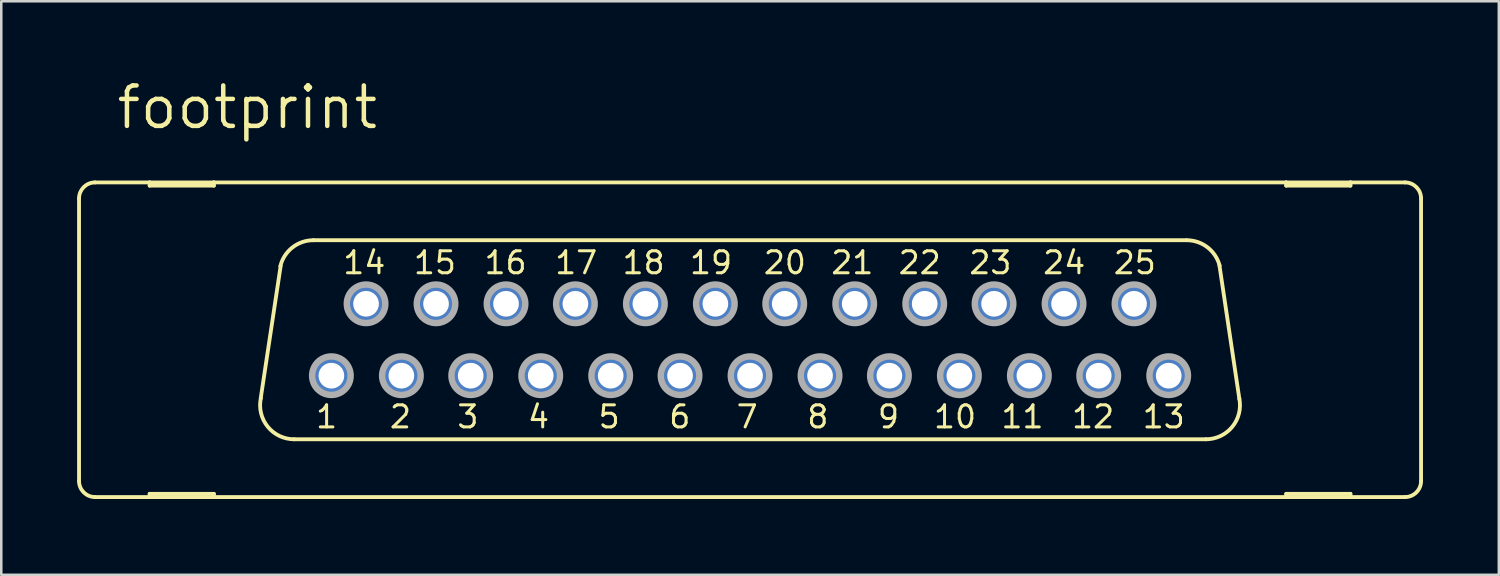
<source format=kicad_pcb>
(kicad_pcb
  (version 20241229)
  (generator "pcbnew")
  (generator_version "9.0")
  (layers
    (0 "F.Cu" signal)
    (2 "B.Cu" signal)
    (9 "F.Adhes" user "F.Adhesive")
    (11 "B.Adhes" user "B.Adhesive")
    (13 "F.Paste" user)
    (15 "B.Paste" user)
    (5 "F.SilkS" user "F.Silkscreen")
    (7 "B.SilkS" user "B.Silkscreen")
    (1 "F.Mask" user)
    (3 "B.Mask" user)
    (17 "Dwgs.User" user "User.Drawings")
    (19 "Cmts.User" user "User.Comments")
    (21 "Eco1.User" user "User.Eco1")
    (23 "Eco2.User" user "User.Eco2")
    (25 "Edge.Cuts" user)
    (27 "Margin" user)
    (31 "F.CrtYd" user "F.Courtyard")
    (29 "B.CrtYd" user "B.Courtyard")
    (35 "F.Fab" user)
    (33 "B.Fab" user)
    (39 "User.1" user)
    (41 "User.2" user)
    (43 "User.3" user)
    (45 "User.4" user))
  (footprint "footprint"
    (layer "F.Cu")
    (at 26.619 10.389)
    (property "Reference" "footprint" (at -25.146 -8.255 0) (layer "F.SilkS") (effects (font (size 1.6 1.6) (thickness 0.178)) (justify left bottom)))
    (fp_line (start -26.543 5.588) (end -26.543 -5.588) (stroke (width 0.152) (type solid)) (layer "F.SilkS"))
    (fp_line (start -25.908 6.223) (end -23.749 6.223) (stroke (width 0.152) (type solid)) (layer "F.SilkS"))
    (fp_line (start -23.749 -6.223) (end -25.908 -6.223) (stroke (width 0.152) (type solid)) (layer "F.SilkS"))
    (fp_line (start -23.749 -6.096) (end -23.749 -6.223) (stroke (width 0.152) (type solid)) (layer "F.SilkS"))
    (fp_line (start -23.749 6.096) (end -23.749 6.223) (stroke (width 0.152) (type solid)) (layer "F.SilkS"))
    (fp_line (start -23.749 6.223) (end -21.209 6.223) (stroke (width 0.152) (type solid)) (layer "F.SilkS"))
    (fp_line (start -21.209 -6.223) (end -23.749 -6.223) (stroke (width 0.152) (type solid)) (layer "F.SilkS"))
    (fp_line (start -21.209 -6.223) (end -21.209 -6.096) (stroke (width 0.152) (type solid)) (layer "F.SilkS"))
    (fp_line (start -21.209 -6.096) (end -23.749 -6.096) (stroke (width 0.152) (type solid)) (layer "F.SilkS"))
    (fp_line (start -21.209 6.096) (end -23.749 6.096) (stroke (width 0.152) (type solid)) (layer "F.SilkS"))
    (fp_line (start -21.209 6.223) (end -21.209 6.096) (stroke (width 0.152) (type solid)) (layer "F.SilkS"))
    (fp_line (start -21.209 6.223) (end 21.209 6.223) (stroke (width 0.152) (type solid)) (layer "F.SilkS"))
    (fp_line (start -19.355 2.311) (end -18.567 -2.921) (stroke (width 0.152) (type solid)) (layer "F.SilkS"))
    (fp_line (start 17.272 -3.937) (end -17.272 -3.937) (stroke (width 0.152) (type solid)) (layer "F.SilkS"))
    (fp_line (start 18.034 3.937) (end -18.034 3.937) (stroke (width 0.152) (type solid)) (layer "F.SilkS"))
    (fp_line (start 18.567 -2.946) (end 19.355 2.337) (stroke (width 0.152) (type solid)) (layer "F.SilkS"))
    (fp_line (start 21.209 -6.223) (end -21.209 -6.223) (stroke (width 0.152) (type solid)) (layer "F.SilkS"))
    (fp_line (start 21.209 -6.096) (end 21.209 -6.223) (stroke (width 0.152) (type solid)) (layer "F.SilkS"))
    (fp_line (start 21.209 6.096) (end 21.209 6.223) (stroke (width 0.152) (type solid)) (layer "F.SilkS"))
    (fp_line (start 21.209 6.223) (end 23.749 6.223) (stroke (width 0.152) (type solid)) (layer "F.SilkS"))
    (fp_line (start 23.749 -6.223) (end 21.209 -6.223) (stroke (width 0.152) (type solid)) (layer "F.SilkS"))
    (fp_line (start 23.749 -6.223) (end 23.749 -6.096) (stroke (width 0.152) (type solid)) (layer "F.SilkS"))
    (fp_line (start 23.749 -6.096) (end 21.209 -6.096) (stroke (width 0.152) (type solid)) (layer "F.SilkS"))
    (fp_line (start 23.749 6.096) (end 21.209 6.096) (stroke (width 0.152) (type solid)) (layer "F.SilkS"))
    (fp_line (start 23.749 6.223) (end 23.749 6.096) (stroke (width 0.152) (type solid)) (layer "F.SilkS"))
    (fp_line (start 23.749 6.223) (end 25.908 6.223) (stroke (width 0.152) (type solid)) (layer "F.SilkS"))
    (fp_line (start 25.908 -6.223) (end 23.749 -6.223) (stroke (width 0.152) (type solid)) (layer "F.SilkS"))
    (fp_line (start 26.543 5.588) (end 26.543 -5.588) (stroke (width 0.152) (type solid)) (layer "F.SilkS"))
    (fp_arc (start -26.543 -5.588) (mid -26.357013 -6.037013) (end -25.908 -6.223) (stroke (width 0.1524) (type solid)) (layer "F.SilkS"))
    (fp_arc (start -25.908 6.223) (mid -26.357013 6.037013) (end -26.543 5.588) (stroke (width 0.1524) (type solid)) (layer "F.SilkS"))
    (fp_arc (start -18.5807 -2.905) (mid -18.105255 -3.647874) (end -17.271999 -3.936999) (stroke (width 0.1524) (type solid)) (layer "F.SilkS"))
    (fp_arc (start -18.033998 3.937) (mid -19.082555 3.435185) (end -19.3495 2.3038) (stroke (width 0.1524) (type solid)) (layer "F.SilkS"))
    (fp_arc (start 17.272 -3.937) (mid 18.0955 -3.655745) (end 18.5749 -2.9295) (stroke (width 0.1524) (type solid)) (layer "F.SilkS"))
    (fp_arc (start 19.3541 2.3268) (mid 19.075082 3.444284) (end 18.034 3.937) (stroke (width 0.1524) (type solid)) (layer "F.SilkS"))
    (fp_arc (start 25.908 -6.223) (mid 26.357013 -6.037013) (end 26.543 -5.588) (stroke (width 0.1524) (type solid)) (layer "F.SilkS"))
    (fp_arc (start 26.543 5.588) (mid 26.357013 6.037013) (end 25.908 6.223) (stroke (width 0.1524) (type solid)) (layer "F.SilkS"))
    (fp_circle (center -16.561 1.422) (end -15.799 1.422) (stroke (width 0.254) (type solid)) (fill no) (layer "F.Fab"))
    (fp_circle (center -15.189 -1.422) (end -14.427 -1.422) (stroke (width 0.254) (type solid)) (fill no) (layer "F.Fab"))
    (fp_circle (center -13.792 1.422) (end -13.03 1.422) (stroke (width 0.254) (type solid)) (fill no) (layer "F.Fab"))
    (fp_circle (center -12.421 -1.422) (end -11.659 -1.422) (stroke (width 0.254) (type solid)) (fill no) (layer "F.Fab"))
    (fp_circle (center -11.049 1.422) (end -10.287 1.422) (stroke (width 0.254) (type solid)) (fill no) (layer "F.Fab"))
    (fp_circle (center -9.652 -1.422) (end -8.89 -1.422) (stroke (width 0.254) (type solid)) (fill no) (layer "F.Fab"))
    (fp_circle (center -8.28 1.422) (end -7.518 1.422) (stroke (width 0.254) (type solid)) (fill no) (layer "F.Fab"))
    (fp_circle (center -6.909 -1.422) (end -6.147 -1.422) (stroke (width 0.254) (type solid)) (fill no) (layer "F.Fab"))
    (fp_circle (center -5.512 1.422) (end -4.75 1.422) (stroke (width 0.254) (type solid)) (fill no) (layer "F.Fab"))
    (fp_circle (center -4.14 -1.422) (end -3.378 -1.422) (stroke (width 0.254) (type solid)) (fill no) (layer "F.Fab"))
    (fp_circle (center -2.769 1.422) (end -2.007 1.422) (stroke (width 0.254) (type solid)) (fill no) (layer "F.Fab"))
    (fp_circle (center -1.372 -1.422) (end -0.61 -1.422) (stroke (width 0.254) (type solid)) (fill no) (layer "F.Fab"))
    (fp_circle (center 0 1.422) (end 0.762 1.422) (stroke (width 0.254) (type solid)) (fill no) (layer "F.Fab"))
    (fp_circle (center 1.372 -1.422) (end 2.134 -1.422) (stroke (width 0.254) (type solid)) (fill no) (layer "F.Fab"))
    (fp_circle (center 2.769 1.422) (end 3.531 1.422) (stroke (width 0.254) (type solid)) (fill no) (layer "F.Fab"))
    (fp_circle (center 4.14 -1.422) (end 4.902 -1.422) (stroke (width 0.254) (type solid)) (fill no) (layer "F.Fab"))
    (fp_circle (center 5.512 1.422) (end 6.274 1.422) (stroke (width 0.254) (type solid)) (fill no) (layer "F.Fab"))
    (fp_circle (center 6.909 -1.422) (end 7.671 -1.422) (stroke (width 0.254) (type solid)) (fill no) (layer "F.Fab"))
    (fp_circle (center 8.28 1.422) (end 9.042 1.422) (stroke (width 0.254) (type solid)) (fill no) (layer "F.Fab"))
    (fp_circle (center 9.652 -1.422) (end 10.414 -1.422) (stroke (width 0.254) (type solid)) (fill no) (layer "F.Fab"))
    (fp_circle (center 11.049 1.422) (end 11.811 1.422) (stroke (width 0.254) (type solid)) (fill no) (layer "F.Fab"))
    (fp_circle (center 12.421 -1.422) (end 13.183 -1.422) (stroke (width 0.254) (type solid)) (fill no) (layer "F.Fab"))
    (fp_circle (center 13.792 1.422) (end 14.554 1.422) (stroke (width 0.254) (type solid)) (fill no) (layer "F.Fab"))
    (fp_circle (center 15.189 -1.422) (end 15.951 -1.422) (stroke (width 0.254) (type solid)) (fill no) (layer "F.Fab"))
    (fp_circle (center 16.561 1.422) (end 17.323 1.422) (stroke (width 0.254) (type solid)) (fill no) (layer "F.Fab"))
    (fp_text user "2" (at -13.335 2.54 0) (layer "F.SilkS") (effects (font (size 0.872 0.872) (thickness 0.119)) (justify right top)))
    (fp_text user "23" (at 10.414 -3.556 0) (layer "F.SilkS") (effects (font (size 0.872 0.872) (thickness 0.119)) (justify right top)))
    (fp_text user "16" (at -8.763 -3.556 0) (layer "F.SilkS") (effects (font (size 0.872 0.872) (thickness 0.119)) (justify right top)))
    (fp_text user "24" (at 13.335 -3.556 0) (layer "F.SilkS") (effects (font (size 0.872 0.872) (thickness 0.119)) (justify right top)))
    (fp_text user "21" (at 4.953 -3.556 0) (layer "F.SilkS") (effects (font (size 0.872 0.872) (thickness 0.119)) (justify right top)))
    (fp_text user "13" (at 17.272 2.54 0) (layer "F.SilkS") (effects (font (size 0.872 0.872) (thickness 0.119)) (justify right top)))
    (fp_text user "1" (at -16.256 2.54 0) (layer "F.SilkS") (effects (font (size 0.872 0.872) (thickness 0.119)) (justify right top)))
    (fp_text user "14" (at -14.351 -3.556 0) (layer "F.SilkS") (effects (font (size 0.872 0.872) (thickness 0.119)) (justify right top)))
    (fp_text user "19" (at -0.635 -3.556 0) (layer "F.SilkS") (effects (font (size 0.872 0.872) (thickness 0.119)) (justify right top)))
    (fp_text user "6" (at -2.286 2.54 0) (layer "F.SilkS") (effects (font (size 0.872 0.872) (thickness 0.119)) (justify right top)))
    (fp_text user "18" (at -3.302 -3.556 0) (layer "F.SilkS") (effects (font (size 0.872 0.872) (thickness 0.119)) (justify right top)))
    (fp_text user "11" (at 11.684 2.54 0) (layer "F.SilkS") (effects (font (size 0.872 0.872) (thickness 0.119)) (justify right top)))
    (fp_text user "10" (at 9.017 2.54 0) (layer "F.SilkS") (effects (font (size 0.872 0.872) (thickness 0.119)) (justify right top)))
    (fp_text user "5" (at -5.08 2.54 0) (layer "F.SilkS") (effects (font (size 0.872 0.872) (thickness 0.119)) (justify right top)))
    (fp_text user "8" (at 3.175 2.54 0) (layer "F.SilkS") (effects (font (size 0.872 0.872) (thickness 0.119)) (justify right top)))
    (fp_text user "4" (at -7.874 2.54 0) (layer "F.SilkS") (effects (font (size 0.872 0.872) (thickness 0.119)) (justify right top)))
    (fp_text user "22" (at 7.62 -3.556 0) (layer "F.SilkS") (effects (font (size 0.872 0.872) (thickness 0.119)) (justify right top)))
    (fp_text user "20" (at 2.286 -3.556 0) (layer "F.SilkS") (effects (font (size 0.872 0.872) (thickness 0.119)) (justify right top)))
    (fp_text user "3" (at -10.668 2.54 0) (layer "F.SilkS") (effects (font (size 0.872 0.872) (thickness 0.119)) (justify right top)))
    (fp_text user "12" (at 14.478 2.54 0) (layer "F.SilkS") (effects (font (size 0.872 0.872) (thickness 0.119)) (justify right top)))
    (fp_text user "15" (at -11.557 -3.556 0) (layer "F.SilkS") (effects (font (size 0.872 0.872) (thickness 0.119)) (justify right top)))
    (fp_text user "9" (at 5.969 2.54 0) (layer "F.SilkS") (effects (font (size 0.872 0.872) (thickness 0.119)) (justify right top)))
    (fp_text user "25" (at 16.129 -3.556 0) (layer "F.SilkS") (effects (font (size 0.872 0.872) (thickness 0.119)) (justify right top)))
    (fp_text user "17" (at -5.969 -3.556 0) (layer "F.SilkS") (effects (font (size 0.872 0.872) (thickness 0.119)) (justify right top)))
    (fp_text user "7" (at 0.381 2.54 0) (layer "F.SilkS") (effects (font (size 0.872 0.872) (thickness 0.119)) (justify right top)))
    (pad "1" thru_hole roundrect (at -16.561 1.422) (size 1.524 1.524) (drill 1.016) (layers "*.Cu" "*.Mask") (roundrect_rratio 0.25) (chamfer_ratio 0.25) (chamfer top_left top_right bottom_left bottom_right))
    (pad "2" thru_hole roundrect (at -13.792 1.422) (size 1.524 1.524) (drill 1.016) (layers "*.Cu" "*.Mask") (roundrect_rratio 0.25) (chamfer_ratio 0.25) (chamfer top_left top_right bottom_left bottom_right))
    (pad "3" thru_hole roundrect (at -11.049 1.422) (size 1.524 1.524) (drill 1.016) (layers "*.Cu" "*.Mask") (roundrect_rratio 0.25) (chamfer_ratio 0.25) (chamfer top_left top_right bottom_left bottom_right))
    (pad "4" thru_hole roundrect (at -8.28 1.422) (size 1.524 1.524) (drill 1.016) (layers "*.Cu" "*.Mask") (roundrect_rratio 0.25) (chamfer_ratio 0.25) (chamfer top_left top_right bottom_left bottom_right))
    (pad "5" thru_hole roundrect (at -5.512 1.422) (size 1.524 1.524) (drill 1.016) (layers "*.Cu" "*.Mask") (roundrect_rratio 0.25) (chamfer_ratio 0.25) (chamfer top_left top_right bottom_left bottom_right))
    (pad "6" thru_hole roundrect (at -2.769 1.422) (size 1.524 1.524) (drill 1.016) (layers "*.Cu" "*.Mask") (roundrect_rratio 0.25) (chamfer_ratio 0.25) (chamfer top_left top_right bottom_left bottom_right))
    (pad "7" thru_hole roundrect (at 0 1.422) (size 1.524 1.524) (drill 1.016) (layers "*.Cu" "*.Mask") (roundrect_rratio 0.25) (chamfer_ratio 0.25) (chamfer top_left top_right bottom_left bottom_right))
    (pad "8" thru_hole roundrect (at 2.769 1.422) (size 1.524 1.524) (drill 1.016) (layers "*.Cu" "*.Mask") (roundrect_rratio 0.25) (chamfer_ratio 0.25) (chamfer top_left top_right bottom_left bottom_right))
    (pad "9" thru_hole roundrect (at 5.512 1.422) (size 1.524 1.524) (drill 1.016) (layers "*.Cu" "*.Mask") (roundrect_rratio 0.25) (chamfer_ratio 0.25) (chamfer top_left top_right bottom_left bottom_right))
    (pad "10" thru_hole roundrect (at 8.28 1.422) (size 1.524 1.524) (drill 1.016) (layers "*.Cu" "*.Mask") (roundrect_rratio 0.25) (chamfer_ratio 0.25) (chamfer top_left top_right bottom_left bottom_right))
    (pad "11" thru_hole roundrect (at 11.049 1.422) (size 1.524 1.524) (drill 1.016) (layers "*.Cu" "*.Mask") (roundrect_rratio 0.25) (chamfer_ratio 0.25) (chamfer top_left top_right bottom_left bottom_right))
    (pad "12" thru_hole roundrect (at 13.792 1.422) (size 1.524 1.524) (drill 1.016) (layers "*.Cu" "*.Mask") (roundrect_rratio 0.25) (chamfer_ratio 0.25) (chamfer top_left top_right bottom_left bottom_right))
    (pad "13" thru_hole roundrect (at 16.561 1.422) (size 1.524 1.524) (drill 1.016) (layers "*.Cu" "*.Mask") (roundrect_rratio 0.25) (chamfer_ratio 0.25) (chamfer top_left top_right bottom_left bottom_right))
    (pad "14" thru_hole roundrect (at -15.189 -1.422) (size 1.524 1.524) (drill 1.016) (layers "*.Cu" "*.Mask") (roundrect_rratio 0.25) (chamfer_ratio 0.25) (chamfer top_left top_right bottom_left bottom_right))
    (pad "15" thru_hole roundrect (at -12.421 -1.422) (size 1.524 1.524) (drill 1.016) (layers "*.Cu" "*.Mask") (roundrect_rratio 0.25) (chamfer_ratio 0.25) (chamfer top_left top_right bottom_left bottom_right))
    (pad "16" thru_hole roundrect (at -9.652 -1.422) (size 1.524 1.524) (drill 1.016) (layers "*.Cu" "*.Mask") (roundrect_rratio 0.25) (chamfer_ratio 0.25) (chamfer top_left top_right bottom_left bottom_right))
    (pad "17" thru_hole roundrect (at -6.909 -1.422) (size 1.524 1.524) (drill 1.016) (layers "*.Cu" "*.Mask") (roundrect_rratio 0.25) (chamfer_ratio 0.25) (chamfer top_left top_right bottom_left bottom_right))
    (pad "18" thru_hole roundrect (at -4.14 -1.422) (size 1.524 1.524) (drill 1.016) (layers "*.Cu" "*.Mask") (roundrect_rratio 0.25) (chamfer_ratio 0.25) (chamfer top_left top_right bottom_left bottom_right))
    (pad "19" thru_hole roundrect (at -1.372 -1.422) (size 1.524 1.524) (drill 1.016) (layers "*.Cu" "*.Mask") (roundrect_rratio 0.25) (chamfer_ratio 0.25) (chamfer top_left top_right bottom_left bottom_right))
    (pad "20" thru_hole roundrect (at 1.372 -1.422) (size 1.524 1.524) (drill 1.016) (layers "*.Cu" "*.Mask") (roundrect_rratio 0.25) (chamfer_ratio 0.25) (chamfer top_left top_right bottom_left bottom_right))
    (pad "21" thru_hole roundrect (at 4.14 -1.422) (size 1.524 1.524) (drill 1.016) (layers "*.Cu" "*.Mask") (roundrect_rratio 0.25) (chamfer_ratio 0.25) (chamfer top_left top_right bottom_left bottom_right))
    (pad "22" thru_hole roundrect (at 6.909 -1.422) (size 1.524 1.524) (drill 1.016) (layers "*.Cu" "*.Mask") (roundrect_rratio 0.25) (chamfer_ratio 0.25) (chamfer top_left top_right bottom_left bottom_right))
    (pad "23" thru_hole roundrect (at 9.652 -1.422) (size 1.524 1.524) (drill 1.016) (layers "*.Cu" "*.Mask") (roundrect_rratio 0.25) (chamfer_ratio 0.25) (chamfer top_left top_right bottom_left bottom_right))
    (pad "24" thru_hole roundrect (at 12.421 -1.422) (size 1.524 1.524) (drill 1.016) (layers "*.Cu" "*.Mask") (roundrect_rratio 0.25) (chamfer_ratio 0.25) (chamfer top_left top_right bottom_left bottom_right))
    (pad "25" thru_hole roundrect (at 15.189 -1.422) (size 1.524 1.524) (drill 1.016) (layers "*.Cu" "*.Mask") (roundrect_rratio 0.25) (chamfer_ratio 0.25) (chamfer top_left top_right bottom_left bottom_right)))
  (gr_rect
    (start -3 -3)
    (end 56.238 19.688)
    (stroke (width 0.1) (type default))
    (fill no)
    (layer "Edge.Cuts")))
</source>
